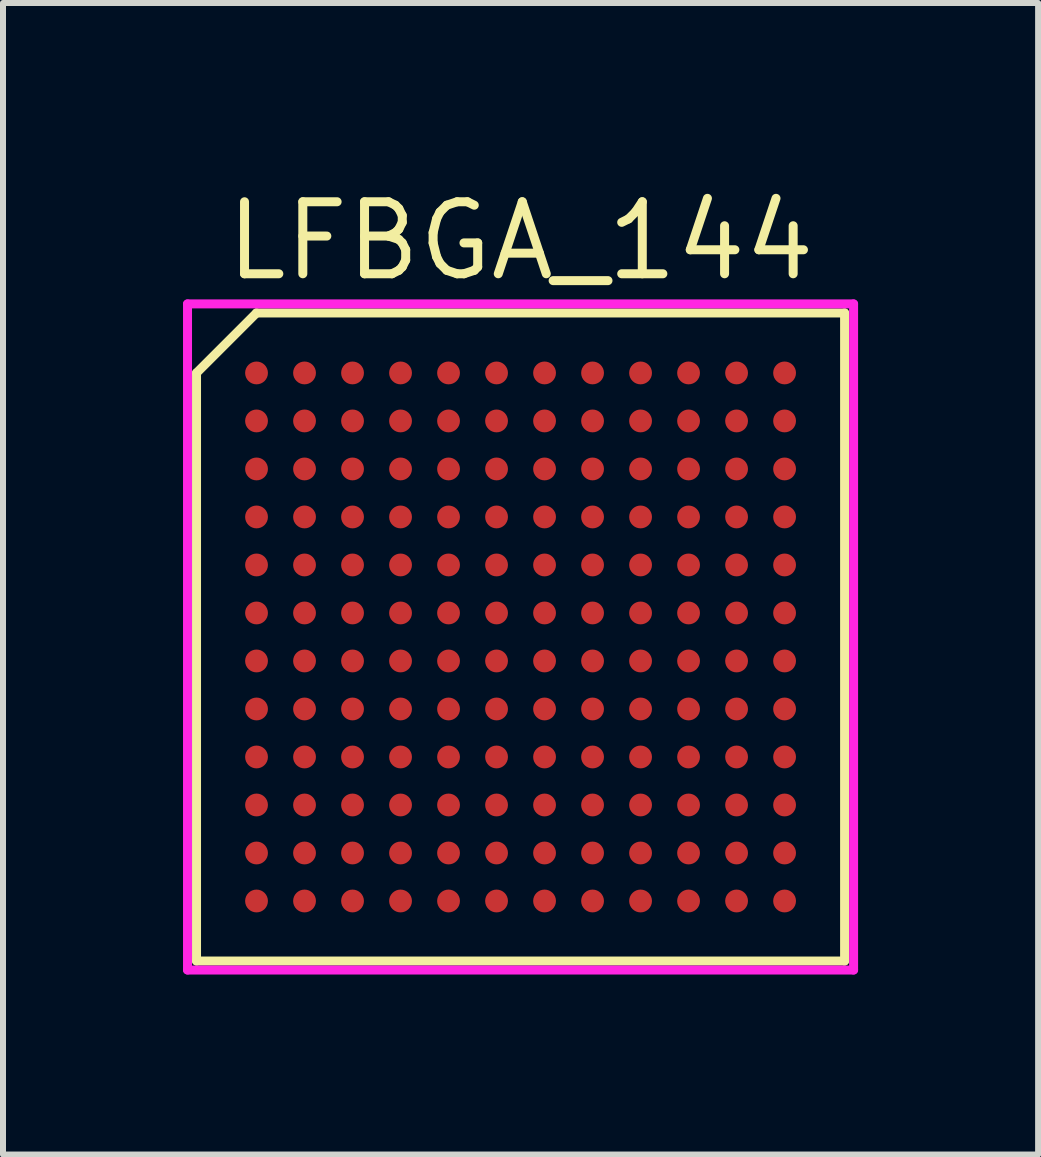
<source format=kicad_pcb>
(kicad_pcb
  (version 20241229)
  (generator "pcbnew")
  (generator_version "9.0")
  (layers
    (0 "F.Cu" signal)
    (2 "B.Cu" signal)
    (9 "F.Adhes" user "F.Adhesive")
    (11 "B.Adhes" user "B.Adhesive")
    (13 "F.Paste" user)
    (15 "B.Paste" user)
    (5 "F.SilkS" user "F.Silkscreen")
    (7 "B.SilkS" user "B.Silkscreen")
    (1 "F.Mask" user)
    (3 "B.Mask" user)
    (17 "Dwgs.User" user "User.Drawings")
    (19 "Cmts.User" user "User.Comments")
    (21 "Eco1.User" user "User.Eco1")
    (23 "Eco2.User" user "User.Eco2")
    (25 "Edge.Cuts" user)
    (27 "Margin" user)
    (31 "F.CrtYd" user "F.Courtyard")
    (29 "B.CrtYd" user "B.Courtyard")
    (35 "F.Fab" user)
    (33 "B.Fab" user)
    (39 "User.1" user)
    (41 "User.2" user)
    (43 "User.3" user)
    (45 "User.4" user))
  (footprint "LFBGA_144"
    (layer "F.Cu")
    (at 5.625 7.565)
    (property "Reference" "LFBGA_144" (at 0 -6.6 0) (layer "F.SilkS") (effects (font (size 1.2 1.2) (thickness 0.15))))
    (attr through_hole)
    (fp_line (start -5.4 -4.4) (end -5.4 5.4) (stroke (width 0.15) (type solid)) (layer "F.SilkS"))
    (fp_line (start -5.4 5.4) (end 5.4 5.4) (stroke (width 0.15) (type solid)) (layer "F.SilkS"))
    (fp_line (start -4.4 -5.4) (end -5.4 -4.4) (stroke (width 0.15) (type solid)) (layer "F.SilkS"))
    (fp_line (start 5.4 -5.4) (end -4.4 -5.4) (stroke (width 0.15) (type solid)) (layer "F.SilkS"))
    (fp_line (start 5.4 5.4) (end 5.4 -5.4) (stroke (width 0.15) (type solid)) (layer "F.SilkS"))
    (fp_line (start -5.55 -5.55) (end 5.55 -5.55) (stroke (width 0.15) (type solid)) (layer "F.CrtYd"))
    (fp_line (start -5.55 5.55) (end -5.55 -5.55) (stroke (width 0.15) (type solid)) (layer "F.CrtYd"))
    (fp_line (start 5.55 -5.55) (end 5.55 5.55) (stroke (width 0.15) (type solid)) (layer "F.CrtYd"))
    (fp_line (start 5.55 5.55) (end -5.55 5.55) (stroke (width 0.15) (type solid)) (layer "F.CrtYd"))
    (pad "A1" smd circle (at -4.4 -4.4) (size 0.38 0.38) (layers "F.Cu" "F.Mask" "F.Paste"))
    (pad "A2" smd circle (at -3.6 -4.4) (size 0.38 0.38) (layers "F.Cu" "F.Mask" "F.Paste"))
    (pad "A3" smd circle (at -2.8 -4.4) (size 0.38 0.38) (layers "F.Cu" "F.Mask" "F.Paste"))
    (pad "A4" smd circle (at -2 -4.4) (size 0.38 0.38) (layers "F.Cu" "F.Mask" "F.Paste"))
    (pad "A5" smd circle (at -1.2 -4.4) (size 0.38 0.38) (layers "F.Cu" "F.Mask" "F.Paste"))
    (pad "A6" smd circle (at -0.4 -4.4) (size 0.38 0.38) (layers "F.Cu" "F.Mask" "F.Paste"))
    (pad "A7" smd circle (at 0.4 -4.4) (size 0.38 0.38) (layers "F.Cu" "F.Mask" "F.Paste"))
    (pad "A8" smd circle (at 1.2 -4.4) (size 0.38 0.38) (layers "F.Cu" "F.Mask" "F.Paste"))
    (pad "A9" smd circle (at 2 -4.4) (size 0.38 0.38) (layers "F.Cu" "F.Mask" "F.Paste"))
    (pad "A10" smd circle (at 2.8 -4.4) (size 0.38 0.38) (layers "F.Cu" "F.Mask" "F.Paste"))
    (pad "A11" smd circle (at 3.6 -4.4) (size 0.38 0.38) (layers "F.Cu" "F.Mask" "F.Paste"))
    (pad "A12" smd circle (at 4.4 -4.4) (size 0.38 0.38) (layers "F.Cu" "F.Mask" "F.Paste"))
    (pad "B1" smd circle (at -4.4 -3.6) (size 0.38 0.38) (layers "F.Cu" "F.Mask" "F.Paste"))
    (pad "B2" smd circle (at -3.6 -3.6) (size 0.38 0.38) (layers "F.Cu" "F.Mask" "F.Paste"))
    (pad "B3" smd circle (at -2.8 -3.6) (size 0.38 0.38) (layers "F.Cu" "F.Mask" "F.Paste"))
    (pad "B4" smd circle (at -2 -3.6) (size 0.38 0.38) (layers "F.Cu" "F.Mask" "F.Paste"))
    (pad "B5" smd circle (at -1.2 -3.6) (size 0.38 0.38) (layers "F.Cu" "F.Mask" "F.Paste"))
    (pad "B6" smd circle (at -0.4 -3.6) (size 0.38 0.38) (layers "F.Cu" "F.Mask" "F.Paste"))
    (pad "B7" smd circle (at 0.4 -3.6) (size 0.38 0.38) (layers "F.Cu" "F.Mask" "F.Paste"))
    (pad "B8" smd circle (at 1.2 -3.6) (size 0.38 0.38) (layers "F.Cu" "F.Mask" "F.Paste"))
    (pad "B9" smd circle (at 2 -3.6) (size 0.38 0.38) (layers "F.Cu" "F.Mask" "F.Paste"))
    (pad "B10" smd circle (at 2.8 -3.6) (size 0.38 0.38) (layers "F.Cu" "F.Mask" "F.Paste"))
    (pad "B11" smd circle (at 3.6 -3.6) (size 0.38 0.38) (layers "F.Cu" "F.Mask" "F.Paste"))
    (pad "B12" smd circle (at 4.4 -3.6) (size 0.38 0.38) (layers "F.Cu" "F.Mask" "F.Paste"))
    (pad "C1" smd circle (at -4.4 -2.8) (size 0.38 0.38) (layers "F.Cu" "F.Mask" "F.Paste"))
    (pad "C2" smd circle (at -3.6 -2.8) (size 0.38 0.38) (layers "F.Cu" "F.Mask" "F.Paste"))
    (pad "C3" smd circle (at -2.8 -2.8) (size 0.38 0.38) (layers "F.Cu" "F.Mask" "F.Paste"))
    (pad "C4" smd circle (at -2 -2.8) (size 0.38 0.38) (layers "F.Cu" "F.Mask" "F.Paste"))
    (pad "C5" smd circle (at -1.2 -2.8) (size 0.38 0.38) (layers "F.Cu" "F.Mask" "F.Paste"))
    (pad "C6" smd circle (at -0.4 -2.8) (size 0.38 0.38) (layers "F.Cu" "F.Mask" "F.Paste"))
    (pad "C7" smd circle (at 0.4 -2.8) (size 0.38 0.38) (layers "F.Cu" "F.Mask" "F.Paste"))
    (pad "C8" smd circle (at 1.2 -2.8) (size 0.38 0.38) (layers "F.Cu" "F.Mask" "F.Paste"))
    (pad "C9" smd circle (at 2 -2.8) (size 0.38 0.38) (layers "F.Cu" "F.Mask" "F.Paste"))
    (pad "C10" smd circle (at 2.8 -2.8) (size 0.38 0.38) (layers "F.Cu" "F.Mask" "F.Paste"))
    (pad "C11" smd circle (at 3.6 -2.8) (size 0.38 0.38) (layers "F.Cu" "F.Mask" "F.Paste"))
    (pad "C12" smd circle (at 4.4 -2.8) (size 0.38 0.38) (layers "F.Cu" "F.Mask" "F.Paste"))
    (pad "D1" smd circle (at -4.4 -2) (size 0.38 0.38) (layers "F.Cu" "F.Mask" "F.Paste"))
    (pad "D2" smd circle (at -3.6 -2) (size 0.38 0.38) (layers "F.Cu" "F.Mask" "F.Paste"))
    (pad "D3" smd circle (at -2.8 -2) (size 0.38 0.38) (layers "F.Cu" "F.Mask" "F.Paste"))
    (pad "D4" smd circle (at -2 -2) (size 0.38 0.38) (layers "F.Cu" "F.Mask" "F.Paste"))
    (pad "D5" smd circle (at -1.2 -2) (size 0.38 0.38) (layers "F.Cu" "F.Mask" "F.Paste"))
    (pad "D6" smd circle (at -0.4 -2) (size 0.38 0.38) (layers "F.Cu" "F.Mask" "F.Paste"))
    (pad "D7" smd circle (at 0.4 -2) (size 0.38 0.38) (layers "F.Cu" "F.Mask" "F.Paste"))
    (pad "D8" smd circle (at 1.2 -2) (size 0.38 0.38) (layers "F.Cu" "F.Mask" "F.Paste"))
    (pad "D9" smd circle (at 2 -2) (size 0.38 0.38) (layers "F.Cu" "F.Mask" "F.Paste"))
    (pad "D10" smd circle (at 2.8 -2) (size 0.38 0.38) (layers "F.Cu" "F.Mask" "F.Paste"))
    (pad "D11" smd circle (at 3.6 -2) (size 0.38 0.38) (layers "F.Cu" "F.Mask" "F.Paste"))
    (pad "D12" smd circle (at 4.4 -2) (size 0.38 0.38) (layers "F.Cu" "F.Mask" "F.Paste"))
    (pad "E1" smd circle (at -4.4 -1.2) (size 0.38 0.38) (layers "F.Cu" "F.Mask" "F.Paste"))
    (pad "E2" smd circle (at -3.6 -1.2) (size 0.38 0.38) (layers "F.Cu" "F.Mask" "F.Paste"))
    (pad "E3" smd circle (at -2.8 -1.2) (size 0.38 0.38) (layers "F.Cu" "F.Mask" "F.Paste"))
    (pad "E4" smd circle (at -2 -1.2) (size 0.38 0.38) (layers "F.Cu" "F.Mask" "F.Paste"))
    (pad "E5" smd circle (at -1.2 -1.2) (size 0.38 0.38) (layers "F.Cu" "F.Mask" "F.Paste"))
    (pad "E6" smd circle (at -0.4 -1.2) (size 0.38 0.38) (layers "F.Cu" "F.Mask" "F.Paste"))
    (pad "E7" smd circle (at 0.4 -1.2) (size 0.38 0.38) (layers "F.Cu" "F.Mask" "F.Paste"))
    (pad "E8" smd circle (at 1.2 -1.2) (size 0.38 0.38) (layers "F.Cu" "F.Mask" "F.Paste"))
    (pad "E9" smd circle (at 2 -1.2) (size 0.38 0.38) (layers "F.Cu" "F.Mask" "F.Paste"))
    (pad "E10" smd circle (at 2.8 -1.2) (size 0.38 0.38) (layers "F.Cu" "F.Mask" "F.Paste"))
    (pad "E11" smd circle (at 3.6 -1.2) (size 0.38 0.38) (layers "F.Cu" "F.Mask" "F.Paste"))
    (pad "E12" smd circle (at 4.4 -1.2) (size 0.38 0.38) (layers "F.Cu" "F.Mask" "F.Paste"))
    (pad "F1" smd circle (at -4.4 -0.4) (size 0.38 0.38) (layers "F.Cu" "F.Mask" "F.Paste"))
    (pad "F2" smd circle (at -3.6 -0.4) (size 0.38 0.38) (layers "F.Cu" "F.Mask" "F.Paste"))
    (pad "F3" smd circle (at -2.8 -0.4) (size 0.38 0.38) (layers "F.Cu" "F.Mask" "F.Paste"))
    (pad "F4" smd circle (at -2 -0.4) (size 0.38 0.38) (layers "F.Cu" "F.Mask" "F.Paste"))
    (pad "F5" smd circle (at -1.2 -0.4) (size 0.38 0.38) (layers "F.Cu" "F.Mask" "F.Paste"))
    (pad "F6" smd circle (at -0.4 -0.4) (size 0.38 0.38) (layers "F.Cu" "F.Mask" "F.Paste"))
    (pad "F7" smd circle (at 0.4 -0.4) (size 0.38 0.38) (layers "F.Cu" "F.Mask" "F.Paste"))
    (pad "F8" smd circle (at 1.2 -0.4) (size 0.38 0.38) (layers "F.Cu" "F.Mask" "F.Paste"))
    (pad "F9" smd circle (at 2 -0.4) (size 0.38 0.38) (layers "F.Cu" "F.Mask" "F.Paste"))
    (pad "F10" smd circle (at 2.8 -0.4) (size 0.38 0.38) (layers "F.Cu" "F.Mask" "F.Paste"))
    (pad "F11" smd circle (at 3.6 -0.4) (size 0.38 0.38) (layers "F.Cu" "F.Mask" "F.Paste"))
    (pad "F12" smd circle (at 4.4 -0.4) (size 0.38 0.38) (layers "F.Cu" "F.Mask" "F.Paste"))
    (pad "G1" smd circle (at -4.4 0.4) (size 0.38 0.38) (layers "F.Cu" "F.Mask" "F.Paste"))
    (pad "G2" smd circle (at -3.6 0.4) (size 0.38 0.38) (layers "F.Cu" "F.Mask" "F.Paste"))
    (pad "G3" smd circle (at -2.8 0.4) (size 0.38 0.38) (layers "F.Cu" "F.Mask" "F.Paste"))
    (pad "G4" smd circle (at -2 0.4) (size 0.38 0.38) (layers "F.Cu" "F.Mask" "F.Paste"))
    (pad "G5" smd circle (at -1.2 0.4) (size 0.38 0.38) (layers "F.Cu" "F.Mask" "F.Paste"))
    (pad "G6" smd circle (at -0.4 0.4) (size 0.38 0.38) (layers "F.Cu" "F.Mask" "F.Paste"))
    (pad "G7" smd circle (at 0.4 0.4) (size 0.38 0.38) (layers "F.Cu" "F.Mask" "F.Paste"))
    (pad "G8" smd circle (at 1.2 0.4) (size 0.38 0.38) (layers "F.Cu" "F.Mask" "F.Paste"))
    (pad "G9" smd circle (at 2 0.4) (size 0.38 0.38) (layers "F.Cu" "F.Mask" "F.Paste"))
    (pad "G10" smd circle (at 2.8 0.4) (size 0.38 0.38) (layers "F.Cu" "F.Mask" "F.Paste"))
    (pad "G11" smd circle (at 3.6 0.4) (size 0.38 0.38) (layers "F.Cu" "F.Mask" "F.Paste"))
    (pad "G12" smd circle (at 4.4 0.4) (size 0.38 0.38) (layers "F.Cu" "F.Mask" "F.Paste"))
    (pad "H1" smd circle (at -4.4 1.2) (size 0.38 0.38) (layers "F.Cu" "F.Mask" "F.Paste"))
    (pad "H2" smd circle (at -3.6 1.2) (size 0.38 0.38) (layers "F.Cu" "F.Mask" "F.Paste"))
    (pad "H3" smd circle (at -2.8 1.2) (size 0.38 0.38) (layers "F.Cu" "F.Mask" "F.Paste"))
    (pad "H4" smd circle (at -2 1.2) (size 0.38 0.38) (layers "F.Cu" "F.Mask" "F.Paste"))
    (pad "H5" smd circle (at -1.2 1.2) (size 0.38 0.38) (layers "F.Cu" "F.Mask" "F.Paste"))
    (pad "H6" smd circle (at -0.4 1.2) (size 0.38 0.38) (layers "F.Cu" "F.Mask" "F.Paste"))
    (pad "H7" smd circle (at 0.4 1.2) (size 0.38 0.38) (layers "F.Cu" "F.Mask" "F.Paste"))
    (pad "H8" smd circle (at 1.2 1.2) (size 0.38 0.38) (layers "F.Cu" "F.Mask" "F.Paste"))
    (pad "H9" smd circle (at 2 1.2) (size 0.38 0.38) (layers "F.Cu" "F.Mask" "F.Paste"))
    (pad "H10" smd circle (at 2.8 1.2) (size 0.38 0.38) (layers "F.Cu" "F.Mask" "F.Paste"))
    (pad "H11" smd circle (at 3.6 1.2) (size 0.38 0.38) (layers "F.Cu" "F.Mask" "F.Paste"))
    (pad "H12" smd circle (at 4.4 1.2) (size 0.38 0.38) (layers "F.Cu" "F.Mask" "F.Paste"))
    (pad "J1" smd circle (at -4.4 2) (size 0.38 0.38) (layers "F.Cu" "F.Mask" "F.Paste"))
    (pad "J2" smd circle (at -3.6 2) (size 0.38 0.38) (layers "F.Cu" "F.Mask" "F.Paste"))
    (pad "J3" smd circle (at -2.8 2) (size 0.38 0.38) (layers "F.Cu" "F.Mask" "F.Paste"))
    (pad "J4" smd circle (at -2 2) (size 0.38 0.38) (layers "F.Cu" "F.Mask" "F.Paste"))
    (pad "J5" smd circle (at -1.2 2) (size 0.38 0.38) (layers "F.Cu" "F.Mask" "F.Paste"))
    (pad "J6" smd circle (at -0.4 2) (size 0.38 0.38) (layers "F.Cu" "F.Mask" "F.Paste"))
    (pad "J7" smd circle (at 0.4 2) (size 0.38 0.38) (layers "F.Cu" "F.Mask" "F.Paste"))
    (pad "J8" smd circle (at 1.2 2) (size 0.38 0.38) (layers "F.Cu" "F.Mask" "F.Paste"))
    (pad "J9" smd circle (at 2 2) (size 0.38 0.38) (layers "F.Cu" "F.Mask" "F.Paste"))
    (pad "J10" smd circle (at 2.8 2) (size 0.38 0.38) (layers "F.Cu" "F.Mask" "F.Paste"))
    (pad "J11" smd circle (at 3.6 2) (size 0.38 0.38) (layers "F.Cu" "F.Mask" "F.Paste"))
    (pad "J12" smd circle (at 4.4 2) (size 0.38 0.38) (layers "F.Cu" "F.Mask" "F.Paste"))
    (pad "K1" smd circle (at -4.4 2.8) (size 0.38 0.38) (layers "F.Cu" "F.Mask" "F.Paste"))
    (pad "K2" smd circle (at -3.6 2.8) (size 0.38 0.38) (layers "F.Cu" "F.Mask" "F.Paste"))
    (pad "K3" smd circle (at -2.8 2.8) (size 0.38 0.38) (layers "F.Cu" "F.Mask" "F.Paste"))
    (pad "K4" smd circle (at -2 2.8) (size 0.38 0.38) (layers "F.Cu" "F.Mask" "F.Paste"))
    (pad "K5" smd circle (at -1.2 2.8) (size 0.38 0.38) (layers "F.Cu" "F.Mask" "F.Paste"))
    (pad "K6" smd circle (at -0.4 2.8) (size 0.38 0.38) (layers "F.Cu" "F.Mask" "F.Paste"))
    (pad "K7" smd circle (at 0.4 2.8) (size 0.38 0.38) (layers "F.Cu" "F.Mask" "F.Paste"))
    (pad "K8" smd circle (at 1.2 2.8) (size 0.38 0.38) (layers "F.Cu" "F.Mask" "F.Paste"))
    (pad "K9" smd circle (at 2 2.8) (size 0.38 0.38) (layers "F.Cu" "F.Mask" "F.Paste"))
    (pad "K10" smd circle (at 2.8 2.8) (size 0.38 0.38) (layers "F.Cu" "F.Mask" "F.Paste"))
    (pad "K11" smd circle (at 3.6 2.8) (size 0.38 0.38) (layers "F.Cu" "F.Mask" "F.Paste"))
    (pad "K12" smd circle (at 4.4 2.8) (size 0.38 0.38) (layers "F.Cu" "F.Mask" "F.Paste"))
    (pad "L1" smd circle (at -4.4 3.6) (size 0.38 0.38) (layers "F.Cu" "F.Mask" "F.Paste"))
    (pad "L2" smd circle (at -3.6 3.6) (size 0.38 0.38) (layers "F.Cu" "F.Mask" "F.Paste"))
    (pad "L3" smd circle (at -2.8 3.6) (size 0.38 0.38) (layers "F.Cu" "F.Mask" "F.Paste"))
    (pad "L4" smd circle (at -2 3.6) (size 0.38 0.38) (layers "F.Cu" "F.Mask" "F.Paste"))
    (pad "L5" smd circle (at -1.2 3.6) (size 0.38 0.38) (layers "F.Cu" "F.Mask" "F.Paste"))
    (pad "L6" smd circle (at -0.4 3.6) (size 0.38 0.38) (layers "F.Cu" "F.Mask" "F.Paste"))
    (pad "L7" smd circle (at 0.4 3.6) (size 0.38 0.38) (layers "F.Cu" "F.Mask" "F.Paste"))
    (pad "L8" smd circle (at 1.2 3.6) (size 0.38 0.38) (layers "F.Cu" "F.Mask" "F.Paste"))
    (pad "L9" smd circle (at 2 3.6) (size 0.38 0.38) (layers "F.Cu" "F.Mask" "F.Paste"))
    (pad "L10" smd circle (at 2.8 3.6) (size 0.38 0.38) (layers "F.Cu" "F.Mask" "F.Paste"))
    (pad "L11" smd circle (at 3.6 3.6) (size 0.38 0.38) (layers "F.Cu" "F.Mask" "F.Paste"))
    (pad "L12" smd circle (at 4.4 3.6) (size 0.38 0.38) (layers "F.Cu" "F.Mask" "F.Paste"))
    (pad "M1" smd circle (at -4.4 4.4) (size 0.38 0.38) (layers "F.Cu" "F.Mask" "F.Paste"))
    (pad "M2" smd circle (at -3.6 4.4) (size 0.38 0.38) (layers "F.Cu" "F.Mask" "F.Paste"))
    (pad "M3" smd circle (at -2.8 4.4) (size 0.38 0.38) (layers "F.Cu" "F.Mask" "F.Paste"))
    (pad "M4" smd circle (at -2 4.4) (size 0.38 0.38) (layers "F.Cu" "F.Mask" "F.Paste"))
    (pad "M5" smd circle (at -1.2 4.4) (size 0.38 0.38) (layers "F.Cu" "F.Mask" "F.Paste"))
    (pad "M6" smd circle (at -0.4 4.4) (size 0.38 0.38) (layers "F.Cu" "F.Mask" "F.Paste"))
    (pad "M7" smd circle (at 0.4 4.4) (size 0.38 0.38) (layers "F.Cu" "F.Mask" "F.Paste"))
    (pad "M8" smd circle (at 1.2 4.4) (size 0.38 0.38) (layers "F.Cu" "F.Mask" "F.Paste"))
    (pad "M9" smd circle (at 2 4.4) (size 0.38 0.38) (layers "F.Cu" "F.Mask" "F.Paste"))
    (pad "M10" smd circle (at 2.8 4.4) (size 0.38 0.38) (layers "F.Cu" "F.Mask" "F.Paste"))
    (pad "M11" smd circle (at 3.6 4.4) (size 0.38 0.38) (layers "F.Cu" "F.Mask" "F.Paste"))
    (pad "M12" smd circle (at 4.4 4.4) (size 0.38 0.38) (layers "F.Cu" "F.Mask" "F.Paste")))
  (gr_rect
    (start -3 -3)
    (end 14.25 16.19)
    (stroke (width 0.1) (type default))
    (fill no)
    (layer "Edge.Cuts")))
</source>
